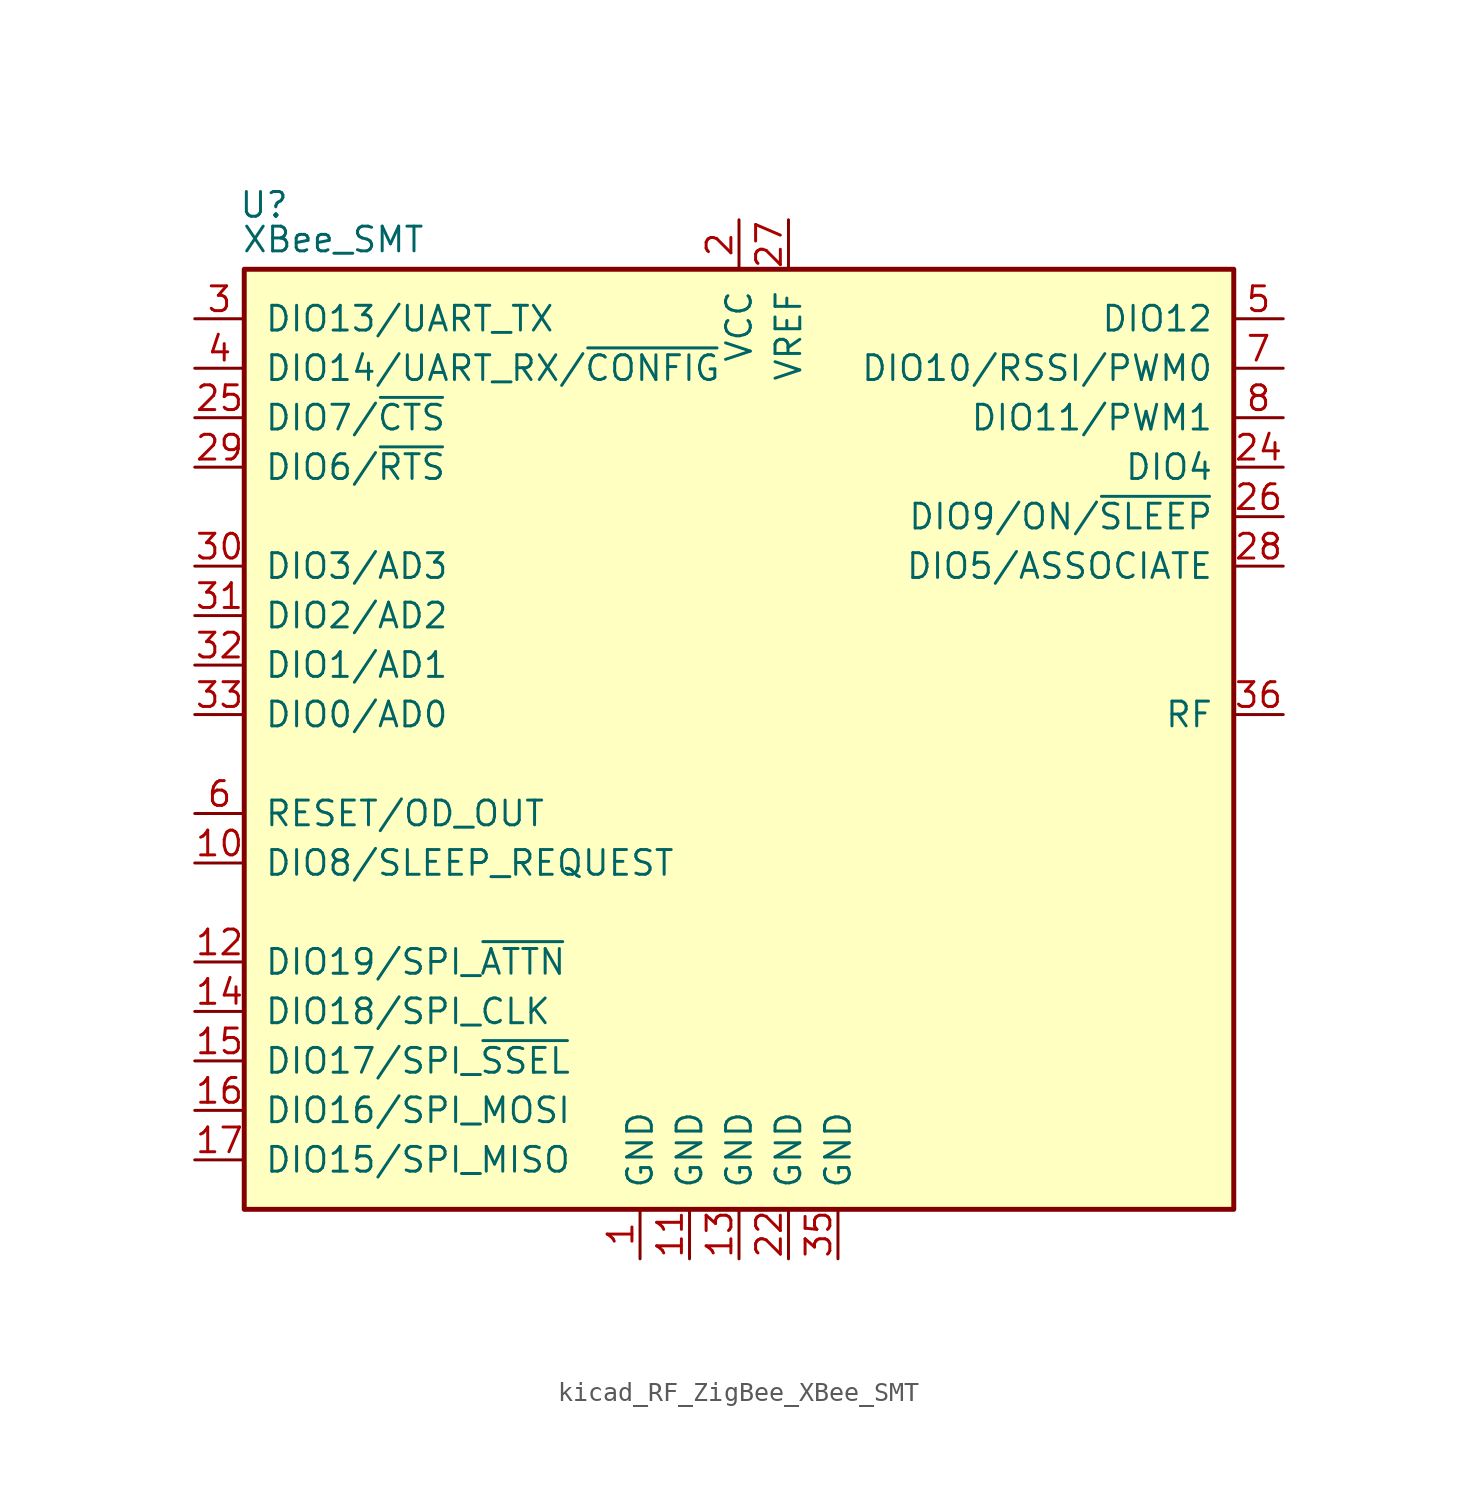
<source format=kicad_sym>
(kicad_symbol_lib
  (version 20220914)
  (generator kicad_symbol_editor)
  (symbol "kicad_RF_ZigBee_XBee_SMT"
    (pin_names
      (offset 1.016))
    (property "Reference" "U"
      (at -24.384 26.162 0)
      (effects (font (size 1.27 1.27))))
    (property "Value" "XBee_SMT"
      (at -20.828 24.384 0)
      (effects (font (size 1.27 1.27))))
    (symbol "kicad_RF_ZigBee_XBee_SMT_0_1"
      (rectangle (start -25.4 22.86) (end 25.4 -25.4) (stroke (width 0.254) (type default)) (fill (type background))))
    (symbol "kicad_RF_ZigBee_XBee_SMT_1_1"
      (pin power_in line (at -5.08 -27.94 90) (length 2.54) (name "GND" (effects (font (size 1.27 1.27)))) (number "1" (effects (font (size 1.27 1.27)))))
      (pin bidirectional line (at -27.94 -7.62 0) (length 2.54) (name "DIO8/SLEEP_REQUEST" (effects (font (size 1.27 1.27)))) (number "10" (effects (font (size 1.27 1.27)))))
      (pin power_in line (at -2.54 -27.94 90) (length 2.54) (name "GND" (effects (font (size 1.27 1.27)))) (number "11" (effects (font (size 1.27 1.27)))))
      (pin output line (at -27.94 -12.7 0) (length 2.54) (name "DIO19/SPI_~{ATTN}" (effects (font (size 1.27 1.27)))) (number "12" (effects (font (size 1.27 1.27)))))
      (pin power_in line (at 0 -27.94 90) (length 2.54) (name "GND" (effects (font (size 1.27 1.27)))) (number "13" (effects (font (size 1.27 1.27)))))
      (pin input line (at -27.94 -15.24 0) (length 2.54) (name "DIO18/SPI_CLK" (effects (font (size 1.27 1.27)))) (number "14" (effects (font (size 1.27 1.27)))))
      (pin input line (at -27.94 -17.78 0) (length 2.54) (name "DIO17/SPI_~{SSEL}" (effects (font (size 1.27 1.27)))) (number "15" (effects (font (size 1.27 1.27)))))
      (pin input line (at -27.94 -20.32 0) (length 2.54) (name "DIO16/SPI_MOSI" (effects (font (size 1.27 1.27)))) (number "16" (effects (font (size 1.27 1.27)))))
      (pin output line (at -27.94 -22.86 0) (length 2.54) (name "DIO15/SPI_MISO" (effects (font (size 1.27 1.27)))) (number "17" (effects (font (size 1.27 1.27)))))
      (pin no_connect line (at 25.4 -20.32 180) (length 2.54) hide (name "NC" (effects (font (size 1.27 1.27)))) (number "18" (effects (font (size 1.27 1.27)))))
      (pin no_connect line (at 25.4 -17.78 180) (length 2.54) hide (name "NC" (effects (font (size 1.27 1.27)))) (number "19" (effects (font (size 1.27 1.27)))))
      (pin power_in line (at 0 25.4 270) (length 2.54) (name "VCC" (effects (font (size 1.27 1.27)))) (number "2" (effects (font (size 1.27 1.27)))))
      (pin no_connect line (at 25.4 -15.24 180) (length 2.54) hide (name "NC" (effects (font (size 1.27 1.27)))) (number "20" (effects (font (size 1.27 1.27)))))
      (pin no_connect line (at 25.4 -12.7 180) (length 2.54) hide (name "NC" (effects (font (size 1.27 1.27)))) (number "21" (effects (font (size 1.27 1.27)))))
      (pin power_in line (at 2.54 -27.94 90) (length 2.54) (name "GND" (effects (font (size 1.27 1.27)))) (number "22" (effects (font (size 1.27 1.27)))))
      (pin no_connect line (at 25.4 -10.16 180) (length 2.54) hide (name "NC" (effects (font (size 1.27 1.27)))) (number "23" (effects (font (size 1.27 1.27)))))
      (pin bidirectional line (at 27.94 12.7 180) (length 2.54) (name "DIO4" (effects (font (size 1.27 1.27)))) (number "24" (effects (font (size 1.27 1.27)))))
      (pin bidirectional line (at -27.94 15.24 0) (length 2.54) (name "DIO7/~{CTS}" (effects (font (size 1.27 1.27)))) (number "25" (effects (font (size 1.27 1.27)))))
      (pin bidirectional line (at 27.94 10.16 180) (length 2.54) (name "DIO9/ON/~{SLEEP}" (effects (font (size 1.27 1.27)))) (number "26" (effects (font (size 1.27 1.27)))))
      (pin input line (at 2.54 25.4 270) (length 2.54) (name "VREF" (effects (font (size 1.27 1.27)))) (number "27" (effects (font (size 1.27 1.27)))))
      (pin bidirectional line (at 27.94 7.62 180) (length 2.54) (name "DIO5/ASSOCIATE" (effects (font (size 1.27 1.27)))) (number "28" (effects (font (size 1.27 1.27)))))
      (pin bidirectional line (at -27.94 12.7 0) (length 2.54) (name "DIO6/~{RTS}" (effects (font (size 1.27 1.27)))) (number "29" (effects (font (size 1.27 1.27)))))
      (pin bidirectional line (at -27.94 20.32 0) (length 2.54) (name "DIO13/UART_TX" (effects (font (size 1.27 1.27)))) (number "3" (effects (font (size 1.27 1.27)))))
      (pin bidirectional line (at -27.94 7.62 0) (length 2.54) (name "DIO3/AD3" (effects (font (size 1.27 1.27)))) (number "30" (effects (font (size 1.27 1.27)))))
      (pin bidirectional line (at -27.94 5.08 0) (length 2.54) (name "DIO2/AD2" (effects (font (size 1.27 1.27)))) (number "31" (effects (font (size 1.27 1.27)))))
      (pin bidirectional line (at -27.94 2.54 0) (length 2.54) (name "DIO1/AD1" (effects (font (size 1.27 1.27)))) (number "32" (effects (font (size 1.27 1.27)))))
      (pin bidirectional line (at -27.94 0 0) (length 2.54) (name "DIO0/AD0" (effects (font (size 1.27 1.27)))) (number "33" (effects (font (size 1.27 1.27)))))
      (pin no_connect line (at 25.4 -7.62 180) (length 2.54) hide (name "NC" (effects (font (size 1.27 1.27)))) (number "34" (effects (font (size 1.27 1.27)))))
      (pin power_in line (at 5.08 -27.94 90) (length 2.54) (name "GND" (effects (font (size 1.27 1.27)))) (number "35" (effects (font (size 1.27 1.27)))))
      (pin bidirectional line (at 27.94 0 180) (length 2.54) (name "RF" (effects (font (size 1.27 1.27)))) (number "36" (effects (font (size 1.27 1.27)))))
      (pin no_connect line (at 25.4 -5.08 180) (length 2.54) hide (name "NC" (effects (font (size 1.27 1.27)))) (number "37" (effects (font (size 1.27 1.27)))))
      (pin bidirectional line (at -27.94 17.78 0) (length 2.54) (name "DIO14/UART_RX/~{CONFIG}" (effects (font (size 1.27 1.27)))) (number "4" (effects (font (size 1.27 1.27)))))
      (pin bidirectional line (at 27.94 20.32 180) (length 2.54) (name "DIO12" (effects (font (size 1.27 1.27)))) (number "5" (effects (font (size 1.27 1.27)))))
      (pin bidirectional line (at -27.94 -5.08 0) (length 2.54) (name "RESET/OD_OUT" (effects (font (size 1.27 1.27)))) (number "6" (effects (font (size 1.27 1.27)))))
      (pin bidirectional line (at 27.94 17.78 180) (length 2.54) (name "DIO10/RSSI/PWM0" (effects (font (size 1.27 1.27)))) (number "7" (effects (font (size 1.27 1.27)))))
      (pin bidirectional line (at 27.94 15.24 180) (length 2.54) (name "DIO11/PWM1" (effects (font (size 1.27 1.27)))) (number "8" (effects (font (size 1.27 1.27)))))
      (pin no_connect line (at 25.4 -22.86 180) (length 2.54) hide (name "NC" (effects (font (size 1.27 1.27)))) (number "9" (effects (font (size 1.27 1.27))))))))
</source>
